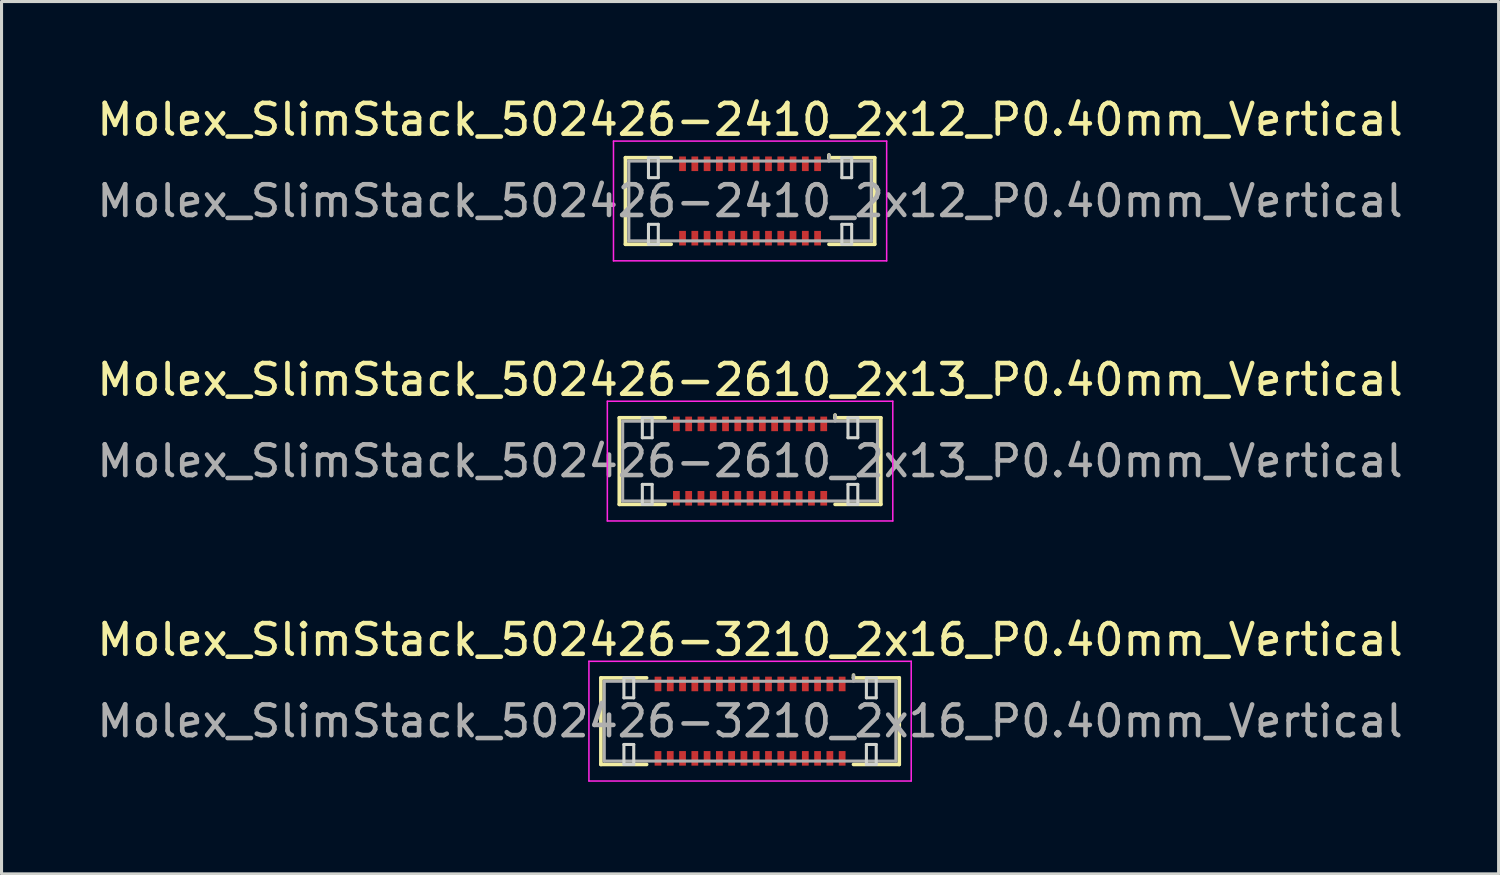
<source format=kicad_pcb>
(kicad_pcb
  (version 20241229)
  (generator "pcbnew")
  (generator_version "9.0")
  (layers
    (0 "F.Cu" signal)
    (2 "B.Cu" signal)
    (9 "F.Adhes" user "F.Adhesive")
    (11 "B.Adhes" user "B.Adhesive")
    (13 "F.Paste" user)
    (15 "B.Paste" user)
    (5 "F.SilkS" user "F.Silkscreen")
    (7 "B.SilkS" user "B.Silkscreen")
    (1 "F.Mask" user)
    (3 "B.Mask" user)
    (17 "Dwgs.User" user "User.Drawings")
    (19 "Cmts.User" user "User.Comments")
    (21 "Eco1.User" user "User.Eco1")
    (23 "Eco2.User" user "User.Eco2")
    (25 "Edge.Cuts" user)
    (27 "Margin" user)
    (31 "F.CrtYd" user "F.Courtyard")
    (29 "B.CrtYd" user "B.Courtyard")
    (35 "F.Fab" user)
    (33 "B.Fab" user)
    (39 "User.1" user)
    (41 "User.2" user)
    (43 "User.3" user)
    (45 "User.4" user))
  (footprint "Molex_SlimStack_502426-3210_2x16_P0.40mm_Vertical"
    (layer "F.Cu")
    (at 21.387 20.445)
    (property "Reference" "Molex_SlimStack_502426-3210_2x16_P0.40mm_Vertical" (at 0 -2.65 0) (layer "F.SilkS") (effects (font (size 1 1) (thickness 0.15))))
    (attr smd)
    (fp_line (start -4.86 -1.41) (end -3.37 -1.41) (stroke (width 0.12) (type solid)) (layer "F.SilkS"))
    (fp_line (start -4.86 1.41) (end -4.86 -1.41) (stroke (width 0.12) (type solid)) (layer "F.SilkS"))
    (fp_line (start -3.37 1.41) (end -4.86 1.41) (stroke (width 0.12) (type solid)) (layer "F.SilkS"))
    (fp_line (start 3.37 -1.41) (end 3.37 -1.5) (stroke (width 0.12) (type solid)) (layer "F.SilkS"))
    (fp_line (start 3.37 1.41) (end 4.86 1.41) (stroke (width 0.12) (type solid)) (layer "F.SilkS"))
    (fp_line (start 4.86 -1.41) (end 3.37 -1.41) (stroke (width 0.12) (type solid)) (layer "F.SilkS"))
    (fp_line (start 4.86 1.41) (end 4.86 -1.41) (stroke (width 0.12) (type solid)) (layer "F.SilkS"))
    (fp_line (start -4.11 -1.41) (end -4.11 -0.76) (stroke (width 0.1) (type solid)) (layer "Edge.Cuts"))
    (fp_line (start -4.11 -0.76) (end -3.79 -0.76) (stroke (width 0.1) (type solid)) (layer "Edge.Cuts"))
    (fp_line (start -4.11 0.76) (end -4.11 1.41) (stroke (width 0.1) (type solid)) (layer "Edge.Cuts"))
    (fp_line (start -4.11 1.41) (end -3.79 1.41) (stroke (width 0.1) (type solid)) (layer "Edge.Cuts"))
    (fp_line (start -3.79 -1.41) (end -4.11 -1.41) (stroke (width 0.1) (type solid)) (layer "Edge.Cuts"))
    (fp_line (start -3.79 -0.76) (end -3.79 -1.41) (stroke (width 0.1) (type solid)) (layer "Edge.Cuts"))
    (fp_line (start -3.79 0.76) (end -4.11 0.76) (stroke (width 0.1) (type solid)) (layer "Edge.Cuts"))
    (fp_line (start -3.79 1.41) (end -3.79 0.76) (stroke (width 0.1) (type solid)) (layer "Edge.Cuts"))
    (fp_line (start 3.79 -1.41) (end 3.79 -0.76) (stroke (width 0.1) (type solid)) (layer "Edge.Cuts"))
    (fp_line (start 3.79 -0.76) (end 4.11 -0.76) (stroke (width 0.1) (type solid)) (layer "Edge.Cuts"))
    (fp_line (start 3.79 0.76) (end 3.79 1.41) (stroke (width 0.1) (type solid)) (layer "Edge.Cuts"))
    (fp_line (start 3.79 1.41) (end 4.11 1.41) (stroke (width 0.1) (type solid)) (layer "Edge.Cuts"))
    (fp_line (start 4.11 -1.41) (end 3.79 -1.41) (stroke (width 0.1) (type solid)) (layer "Edge.Cuts"))
    (fp_line (start 4.11 -0.76) (end 4.11 -1.41) (stroke (width 0.1) (type solid)) (layer "Edge.Cuts"))
    (fp_line (start 4.11 0.76) (end 3.79 0.76) (stroke (width 0.1) (type solid)) (layer "Edge.Cuts"))
    (fp_line (start 4.11 1.41) (end 4.11 0.76) (stroke (width 0.1) (type solid)) (layer "Edge.Cuts"))
    (fp_line (start -5.25 -1.95) (end -5.25 1.95) (stroke (width 0.05) (type solid)) (layer "F.CrtYd"))
    (fp_line (start -5.25 1.95) (end 5.25 1.95) (stroke (width 0.05) (type solid)) (layer "F.CrtYd"))
    (fp_line (start 5.25 -1.95) (end -5.25 -1.95) (stroke (width 0.05) (type solid)) (layer "F.CrtYd"))
    (fp_line (start 5.25 1.95) (end 5.25 -1.95) (stroke (width 0.05) (type solid)) (layer "F.CrtYd"))
    (fp_line (start -4.75 -1.3) (end -4.75 1.3) (stroke (width 0.1) (type solid)) (layer "F.Fab"))
    (fp_line (start -4.75 1.3) (end 4.75 1.3) (stroke (width 0.1) (type solid)) (layer "F.Fab"))
    (fp_line (start 3.37 -1.3) (end 3.37 -1.5) (stroke (width 0.1) (type solid)) (layer "F.Fab"))
    (fp_line (start 4.75 -1.3) (end -4.75 -1.3) (stroke (width 0.1) (type solid)) (layer "F.Fab"))
    (fp_line (start 4.75 1.3) (end 4.75 -1.3) (stroke (width 0.1) (type solid)) (layer "F.Fab"))
    (fp_text user "${REFERENCE}" (at 0 0 0) (layer "F.Fab") (effects (font (size 1 1) (thickness 0.15))))
    (pad "1" smd rect (at 3 -1.212) (size 0.22 0.475) (layers "F.Cu" "F.Mask" "F.Paste"))
    (pad "2" smd rect (at 3 1.212) (size 0.22 0.475) (layers "F.Cu" "F.Mask" "F.Paste"))
    (pad "3" smd rect (at 2.6 -1.212) (size 0.22 0.475) (layers "F.Cu" "F.Mask" "F.Paste"))
    (pad "4" smd rect (at 2.6 1.212) (size 0.22 0.475) (layers "F.Cu" "F.Mask" "F.Paste"))
    (pad "5" smd rect (at 2.2 -1.212) (size 0.22 0.475) (layers "F.Cu" "F.Mask" "F.Paste"))
    (pad "6" smd rect (at 2.2 1.212) (size 0.22 0.475) (layers "F.Cu" "F.Mask" "F.Paste"))
    (pad "7" smd rect (at 1.8 -1.212) (size 0.22 0.475) (layers "F.Cu" "F.Mask" "F.Paste"))
    (pad "8" smd rect (at 1.8 1.212) (size 0.22 0.475) (layers "F.Cu" "F.Mask" "F.Paste"))
    (pad "9" smd rect (at 1.4 -1.212) (size 0.22 0.475) (layers "F.Cu" "F.Mask" "F.Paste"))
    (pad "10" smd rect (at 1.4 1.212) (size 0.22 0.475) (layers "F.Cu" "F.Mask" "F.Paste"))
    (pad "11" smd rect (at 1 -1.212) (size 0.22 0.475) (layers "F.Cu" "F.Mask" "F.Paste"))
    (pad "12" smd rect (at 1 1.212) (size 0.22 0.475) (layers "F.Cu" "F.Mask" "F.Paste"))
    (pad "13" smd rect (at 0.6 -1.212) (size 0.22 0.475) (layers "F.Cu" "F.Mask" "F.Paste"))
    (pad "14" smd rect (at 0.6 1.212) (size 0.22 0.475) (layers "F.Cu" "F.Mask" "F.Paste"))
    (pad "15" smd rect (at 0.2 -1.212) (size 0.22 0.475) (layers "F.Cu" "F.Mask" "F.Paste"))
    (pad "16" smd rect (at 0.2 1.212) (size 0.22 0.475) (layers "F.Cu" "F.Mask" "F.Paste"))
    (pad "17" smd rect (at -0.2 -1.212) (size 0.22 0.475) (layers "F.Cu" "F.Mask" "F.Paste"))
    (pad "18" smd rect (at -0.2 1.212) (size 0.22 0.475) (layers "F.Cu" "F.Mask" "F.Paste"))
    (pad "19" smd rect (at -0.6 -1.212) (size 0.22 0.475) (layers "F.Cu" "F.Mask" "F.Paste"))
    (pad "20" smd rect (at -0.6 1.212) (size 0.22 0.475) (layers "F.Cu" "F.Mask" "F.Paste"))
    (pad "21" smd rect (at -1 -1.212) (size 0.22 0.475) (layers "F.Cu" "F.Mask" "F.Paste"))
    (pad "22" smd rect (at -1 1.212) (size 0.22 0.475) (layers "F.Cu" "F.Mask" "F.Paste"))
    (pad "23" smd rect (at -1.4 -1.212) (size 0.22 0.475) (layers "F.Cu" "F.Mask" "F.Paste"))
    (pad "24" smd rect (at -1.4 1.212) (size 0.22 0.475) (layers "F.Cu" "F.Mask" "F.Paste"))
    (pad "25" smd rect (at -1.8 -1.212) (size 0.22 0.475) (layers "F.Cu" "F.Mask" "F.Paste"))
    (pad "26" smd rect (at -1.8 1.212) (size 0.22 0.475) (layers "F.Cu" "F.Mask" "F.Paste"))
    (pad "27" smd rect (at -2.2 -1.212) (size 0.22 0.475) (layers "F.Cu" "F.Mask" "F.Paste"))
    (pad "28" smd rect (at -2.2 1.212) (size 0.22 0.475) (layers "F.Cu" "F.Mask" "F.Paste"))
    (pad "29" smd rect (at -2.6 -1.212) (size 0.22 0.475) (layers "F.Cu" "F.Mask" "F.Paste"))
    (pad "30" smd rect (at -2.6 1.212) (size 0.22 0.475) (layers "F.Cu" "F.Mask" "F.Paste"))
    (pad "31" smd rect (at -3 -1.212) (size 0.22 0.475) (layers "F.Cu" "F.Mask" "F.Paste"))
    (pad "32" smd rect (at -3 1.212) (size 0.22 0.475) (layers "F.Cu" "F.Mask" "F.Paste")))
  (footprint "Molex_SlimStack_502426-2610_2x13_P0.40mm_Vertical"
    (layer "F.Cu")
    (at 21.387 11.972)
    (property "Reference" "Molex_SlimStack_502426-2610_2x13_P0.40mm_Vertical" (at 0 -2.65 0) (layer "F.SilkS") (effects (font (size 1 1) (thickness 0.15))))
    (attr smd)
    (fp_line (start -4.26 -1.41) (end -2.77 -1.41) (stroke (width 0.12) (type solid)) (layer "F.SilkS"))
    (fp_line (start -4.26 1.41) (end -4.26 -1.41) (stroke (width 0.12) (type solid)) (layer "F.SilkS"))
    (fp_line (start -2.77 1.41) (end -4.26 1.41) (stroke (width 0.12) (type solid)) (layer "F.SilkS"))
    (fp_line (start 2.77 -1.41) (end 2.77 -1.5) (stroke (width 0.12) (type solid)) (layer "F.SilkS"))
    (fp_line (start 2.77 1.41) (end 4.26 1.41) (stroke (width 0.12) (type solid)) (layer "F.SilkS"))
    (fp_line (start 4.26 -1.41) (end 2.77 -1.41) (stroke (width 0.12) (type solid)) (layer "F.SilkS"))
    (fp_line (start 4.26 1.41) (end 4.26 -1.41) (stroke (width 0.12) (type solid)) (layer "F.SilkS"))
    (fp_line (start -3.51 -1.41) (end -3.51 -0.76) (stroke (width 0.1) (type solid)) (layer "Edge.Cuts"))
    (fp_line (start -3.51 -0.76) (end -3.19 -0.76) (stroke (width 0.1) (type solid)) (layer "Edge.Cuts"))
    (fp_line (start -3.51 0.76) (end -3.51 1.41) (stroke (width 0.1) (type solid)) (layer "Edge.Cuts"))
    (fp_line (start -3.51 1.41) (end -3.19 1.41) (stroke (width 0.1) (type solid)) (layer "Edge.Cuts"))
    (fp_line (start -3.19 -1.41) (end -3.51 -1.41) (stroke (width 0.1) (type solid)) (layer "Edge.Cuts"))
    (fp_line (start -3.19 -0.76) (end -3.19 -1.41) (stroke (width 0.1) (type solid)) (layer "Edge.Cuts"))
    (fp_line (start -3.19 0.76) (end -3.51 0.76) (stroke (width 0.1) (type solid)) (layer "Edge.Cuts"))
    (fp_line (start -3.19 1.41) (end -3.19 0.76) (stroke (width 0.1) (type solid)) (layer "Edge.Cuts"))
    (fp_line (start 3.19 -1.41) (end 3.19 -0.76) (stroke (width 0.1) (type solid)) (layer "Edge.Cuts"))
    (fp_line (start 3.19 -0.76) (end 3.51 -0.76) (stroke (width 0.1) (type solid)) (layer "Edge.Cuts"))
    (fp_line (start 3.19 0.76) (end 3.19 1.41) (stroke (width 0.1) (type solid)) (layer "Edge.Cuts"))
    (fp_line (start 3.19 1.41) (end 3.51 1.41) (stroke (width 0.1) (type solid)) (layer "Edge.Cuts"))
    (fp_line (start 3.51 -1.41) (end 3.19 -1.41) (stroke (width 0.1) (type solid)) (layer "Edge.Cuts"))
    (fp_line (start 3.51 -0.76) (end 3.51 -1.41) (stroke (width 0.1) (type solid)) (layer "Edge.Cuts"))
    (fp_line (start 3.51 0.76) (end 3.19 0.76) (stroke (width 0.1) (type solid)) (layer "Edge.Cuts"))
    (fp_line (start 3.51 1.41) (end 3.51 0.76) (stroke (width 0.1) (type solid)) (layer "Edge.Cuts"))
    (fp_line (start -4.65 -1.95) (end -4.65 1.95) (stroke (width 0.05) (type solid)) (layer "F.CrtYd"))
    (fp_line (start -4.65 1.95) (end 4.65 1.95) (stroke (width 0.05) (type solid)) (layer "F.CrtYd"))
    (fp_line (start 4.65 -1.95) (end -4.65 -1.95) (stroke (width 0.05) (type solid)) (layer "F.CrtYd"))
    (fp_line (start 4.65 1.95) (end 4.65 -1.95) (stroke (width 0.05) (type solid)) (layer "F.CrtYd"))
    (fp_line (start -4.15 -1.3) (end -4.15 1.3) (stroke (width 0.1) (type solid)) (layer "F.Fab"))
    (fp_line (start -4.15 1.3) (end 4.15 1.3) (stroke (width 0.1) (type solid)) (layer "F.Fab"))
    (fp_line (start 2.77 -1.3) (end 2.77 -1.5) (stroke (width 0.1) (type solid)) (layer "F.Fab"))
    (fp_line (start 4.15 -1.3) (end -4.15 -1.3) (stroke (width 0.1) (type solid)) (layer "F.Fab"))
    (fp_line (start 4.15 1.3) (end 4.15 -1.3) (stroke (width 0.1) (type solid)) (layer "F.Fab"))
    (fp_text user "${REFERENCE}" (at 0 0 0) (layer "F.Fab") (effects (font (size 1 1) (thickness 0.15))))
    (pad "1" smd rect (at 2.4 -1.212) (size 0.22 0.475) (layers "F.Cu" "F.Mask" "F.Paste"))
    (pad "2" smd rect (at 2.4 1.212) (size 0.22 0.475) (layers "F.Cu" "F.Mask" "F.Paste"))
    (pad "3" smd rect (at 2 -1.212) (size 0.22 0.475) (layers "F.Cu" "F.Mask" "F.Paste"))
    (pad "4" smd rect (at 2 1.212) (size 0.22 0.475) (layers "F.Cu" "F.Mask" "F.Paste"))
    (pad "5" smd rect (at 1.6 -1.212) (size 0.22 0.475) (layers "F.Cu" "F.Mask" "F.Paste"))
    (pad "6" smd rect (at 1.6 1.212) (size 0.22 0.475) (layers "F.Cu" "F.Mask" "F.Paste"))
    (pad "7" smd rect (at 1.2 -1.212) (size 0.22 0.475) (layers "F.Cu" "F.Mask" "F.Paste"))
    (pad "8" smd rect (at 1.2 1.212) (size 0.22 0.475) (layers "F.Cu" "F.Mask" "F.Paste"))
    (pad "9" smd rect (at 0.8 -1.212) (size 0.22 0.475) (layers "F.Cu" "F.Mask" "F.Paste"))
    (pad "10" smd rect (at 0.8 1.212) (size 0.22 0.475) (layers "F.Cu" "F.Mask" "F.Paste"))
    (pad "11" smd rect (at 0.4 -1.212) (size 0.22 0.475) (layers "F.Cu" "F.Mask" "F.Paste"))
    (pad "12" smd rect (at 0.4 1.212) (size 0.22 0.475) (layers "F.Cu" "F.Mask" "F.Paste"))
    (pad "13" smd rect (at 0 -1.212) (size 0.22 0.475) (layers "F.Cu" "F.Mask" "F.Paste"))
    (pad "14" smd rect (at 0 1.212) (size 0.22 0.475) (layers "F.Cu" "F.Mask" "F.Paste"))
    (pad "15" smd rect (at -0.4 -1.212) (size 0.22 0.475) (layers "F.Cu" "F.Mask" "F.Paste"))
    (pad "16" smd rect (at -0.4 1.212) (size 0.22 0.475) (layers "F.Cu" "F.Mask" "F.Paste"))
    (pad "17" smd rect (at -0.8 -1.212) (size 0.22 0.475) (layers "F.Cu" "F.Mask" "F.Paste"))
    (pad "18" smd rect (at -0.8 1.212) (size 0.22 0.475) (layers "F.Cu" "F.Mask" "F.Paste"))
    (pad "19" smd rect (at -1.2 -1.212) (size 0.22 0.475) (layers "F.Cu" "F.Mask" "F.Paste"))
    (pad "20" smd rect (at -1.2 1.212) (size 0.22 0.475) (layers "F.Cu" "F.Mask" "F.Paste"))
    (pad "21" smd rect (at -1.6 -1.212) (size 0.22 0.475) (layers "F.Cu" "F.Mask" "F.Paste"))
    (pad "22" smd rect (at -1.6 1.212) (size 0.22 0.475) (layers "F.Cu" "F.Mask" "F.Paste"))
    (pad "23" smd rect (at -2 -1.212) (size 0.22 0.475) (layers "F.Cu" "F.Mask" "F.Paste"))
    (pad "24" smd rect (at -2 1.212) (size 0.22 0.475) (layers "F.Cu" "F.Mask" "F.Paste"))
    (pad "25" smd rect (at -2.4 -1.212) (size 0.22 0.475) (layers "F.Cu" "F.Mask" "F.Paste"))
    (pad "26" smd rect (at -2.4 1.212) (size 0.22 0.475) (layers "F.Cu" "F.Mask" "F.Paste")))
  (footprint "Molex_SlimStack_502426-2410_2x12_P0.40mm_Vertical"
    (layer "F.Cu")
    (at 21.387 3.498)
    (property "Reference" "Molex_SlimStack_502426-2410_2x12_P0.40mm_Vertical" (at 0 -2.65 0) (layer "F.SilkS") (effects (font (size 1 1) (thickness 0.15))))
    (attr smd)
    (fp_line (start -4.06 -1.41) (end -2.57 -1.41) (stroke (width 0.12) (type solid)) (layer "F.SilkS"))
    (fp_line (start -4.06 1.41) (end -4.06 -1.41) (stroke (width 0.12) (type solid)) (layer "F.SilkS"))
    (fp_line (start -2.57 1.41) (end -4.06 1.41) (stroke (width 0.12) (type solid)) (layer "F.SilkS"))
    (fp_line (start 2.57 -1.41) (end 2.57 -1.5) (stroke (width 0.12) (type solid)) (layer "F.SilkS"))
    (fp_line (start 2.57 1.41) (end 4.06 1.41) (stroke (width 0.12) (type solid)) (layer "F.SilkS"))
    (fp_line (start 4.06 -1.41) (end 2.57 -1.41) (stroke (width 0.12) (type solid)) (layer "F.SilkS"))
    (fp_line (start 4.06 1.41) (end 4.06 -1.41) (stroke (width 0.12) (type solid)) (layer "F.SilkS"))
    (fp_line (start -3.31 -1.41) (end -3.31 -0.76) (stroke (width 0.1) (type solid)) (layer "Edge.Cuts"))
    (fp_line (start -3.31 -0.76) (end -2.99 -0.76) (stroke (width 0.1) (type solid)) (layer "Edge.Cuts"))
    (fp_line (start -3.31 0.76) (end -3.31 1.41) (stroke (width 0.1) (type solid)) (layer "Edge.Cuts"))
    (fp_line (start -3.31 1.41) (end -2.99 1.41) (stroke (width 0.1) (type solid)) (layer "Edge.Cuts"))
    (fp_line (start -2.99 -1.41) (end -3.31 -1.41) (stroke (width 0.1) (type solid)) (layer "Edge.Cuts"))
    (fp_line (start -2.99 -0.76) (end -2.99 -1.41) (stroke (width 0.1) (type solid)) (layer "Edge.Cuts"))
    (fp_line (start -2.99 0.76) (end -3.31 0.76) (stroke (width 0.1) (type solid)) (layer "Edge.Cuts"))
    (fp_line (start -2.99 1.41) (end -2.99 0.76) (stroke (width 0.1) (type solid)) (layer "Edge.Cuts"))
    (fp_line (start 2.99 -1.41) (end 2.99 -0.76) (stroke (width 0.1) (type solid)) (layer "Edge.Cuts"))
    (fp_line (start 2.99 -0.76) (end 3.31 -0.76) (stroke (width 0.1) (type solid)) (layer "Edge.Cuts"))
    (fp_line (start 2.99 0.76) (end 2.99 1.41) (stroke (width 0.1) (type solid)) (layer "Edge.Cuts"))
    (fp_line (start 2.99 1.41) (end 3.31 1.41) (stroke (width 0.1) (type solid)) (layer "Edge.Cuts"))
    (fp_line (start 3.31 -1.41) (end 2.99 -1.41) (stroke (width 0.1) (type solid)) (layer "Edge.Cuts"))
    (fp_line (start 3.31 -0.76) (end 3.31 -1.41) (stroke (width 0.1) (type solid)) (layer "Edge.Cuts"))
    (fp_line (start 3.31 0.76) (end 2.99 0.76) (stroke (width 0.1) (type solid)) (layer "Edge.Cuts"))
    (fp_line (start 3.31 1.41) (end 3.31 0.76) (stroke (width 0.1) (type solid)) (layer "Edge.Cuts"))
    (fp_line (start -4.45 -1.95) (end -4.45 1.95) (stroke (width 0.05) (type solid)) (layer "F.CrtYd"))
    (fp_line (start -4.45 1.95) (end 4.45 1.95) (stroke (width 0.05) (type solid)) (layer "F.CrtYd"))
    (fp_line (start 4.45 -1.95) (end -4.45 -1.95) (stroke (width 0.05) (type solid)) (layer "F.CrtYd"))
    (fp_line (start 4.45 1.95) (end 4.45 -1.95) (stroke (width 0.05) (type solid)) (layer "F.CrtYd"))
    (fp_line (start -3.95 -1.3) (end -3.95 1.3) (stroke (width 0.1) (type solid)) (layer "F.Fab"))
    (fp_line (start -3.95 1.3) (end 3.95 1.3) (stroke (width 0.1) (type solid)) (layer "F.Fab"))
    (fp_line (start 2.57 -1.3) (end 2.57 -1.5) (stroke (width 0.1) (type solid)) (layer "F.Fab"))
    (fp_line (start 3.95 -1.3) (end -3.95 -1.3) (stroke (width 0.1) (type solid)) (layer "F.Fab"))
    (fp_line (start 3.95 1.3) (end 3.95 -1.3) (stroke (width 0.1) (type solid)) (layer "F.Fab"))
    (fp_text user "${REFERENCE}" (at 0 0 0) (layer "F.Fab") (effects (font (size 1 1) (thickness 0.15))))
    (pad "1" smd rect (at 2.2 -1.212) (size 0.22 0.475) (layers "F.Cu" "F.Mask" "F.Paste"))
    (pad "2" smd rect (at 2.2 1.212) (size 0.22 0.475) (layers "F.Cu" "F.Mask" "F.Paste"))
    (pad "3" smd rect (at 1.8 -1.212) (size 0.22 0.475) (layers "F.Cu" "F.Mask" "F.Paste"))
    (pad "4" smd rect (at 1.8 1.212) (size 0.22 0.475) (layers "F.Cu" "F.Mask" "F.Paste"))
    (pad "5" smd rect (at 1.4 -1.212) (size 0.22 0.475) (layers "F.Cu" "F.Mask" "F.Paste"))
    (pad "6" smd rect (at 1.4 1.212) (size 0.22 0.475) (layers "F.Cu" "F.Mask" "F.Paste"))
    (pad "7" smd rect (at 1 -1.212) (size 0.22 0.475) (layers "F.Cu" "F.Mask" "F.Paste"))
    (pad "8" smd rect (at 1 1.212) (size 0.22 0.475) (layers "F.Cu" "F.Mask" "F.Paste"))
    (pad "9" smd rect (at 0.6 -1.212) (size 0.22 0.475) (layers "F.Cu" "F.Mask" "F.Paste"))
    (pad "10" smd rect (at 0.6 1.212) (size 0.22 0.475) (layers "F.Cu" "F.Mask" "F.Paste"))
    (pad "11" smd rect (at 0.2 -1.212) (size 0.22 0.475) (layers "F.Cu" "F.Mask" "F.Paste"))
    (pad "12" smd rect (at 0.2 1.212) (size 0.22 0.475) (layers "F.Cu" "F.Mask" "F.Paste"))
    (pad "13" smd rect (at -0.2 -1.212) (size 0.22 0.475) (layers "F.Cu" "F.Mask" "F.Paste"))
    (pad "14" smd rect (at -0.2 1.212) (size 0.22 0.475) (layers "F.Cu" "F.Mask" "F.Paste"))
    (pad "15" smd rect (at -0.6 -1.212) (size 0.22 0.475) (layers "F.Cu" "F.Mask" "F.Paste"))
    (pad "16" smd rect (at -0.6 1.212) (size 0.22 0.475) (layers "F.Cu" "F.Mask" "F.Paste"))
    (pad "17" smd rect (at -1 -1.212) (size 0.22 0.475) (layers "F.Cu" "F.Mask" "F.Paste"))
    (pad "18" smd rect (at -1 1.212) (size 0.22 0.475) (layers "F.Cu" "F.Mask" "F.Paste"))
    (pad "19" smd rect (at -1.4 -1.212) (size 0.22 0.475) (layers "F.Cu" "F.Mask" "F.Paste"))
    (pad "20" smd rect (at -1.4 1.212) (size 0.22 0.475) (layers "F.Cu" "F.Mask" "F.Paste"))
    (pad "21" smd rect (at -1.8 -1.212) (size 0.22 0.475) (layers "F.Cu" "F.Mask" "F.Paste"))
    (pad "22" smd rect (at -1.8 1.212) (size 0.22 0.475) (layers "F.Cu" "F.Mask" "F.Paste"))
    (pad "23" smd rect (at -2.2 -1.212) (size 0.22 0.475) (layers "F.Cu" "F.Mask" "F.Paste"))
    (pad "24" smd rect (at -2.2 1.212) (size 0.22 0.475) (layers "F.Cu" "F.Mask" "F.Paste")))
  (gr_rect
    (start -3 -3)
    (end 45.774 25.42)
    (stroke (width 0.1) (type default))
    (fill no)
    (layer "Edge.Cuts")))
</source>
